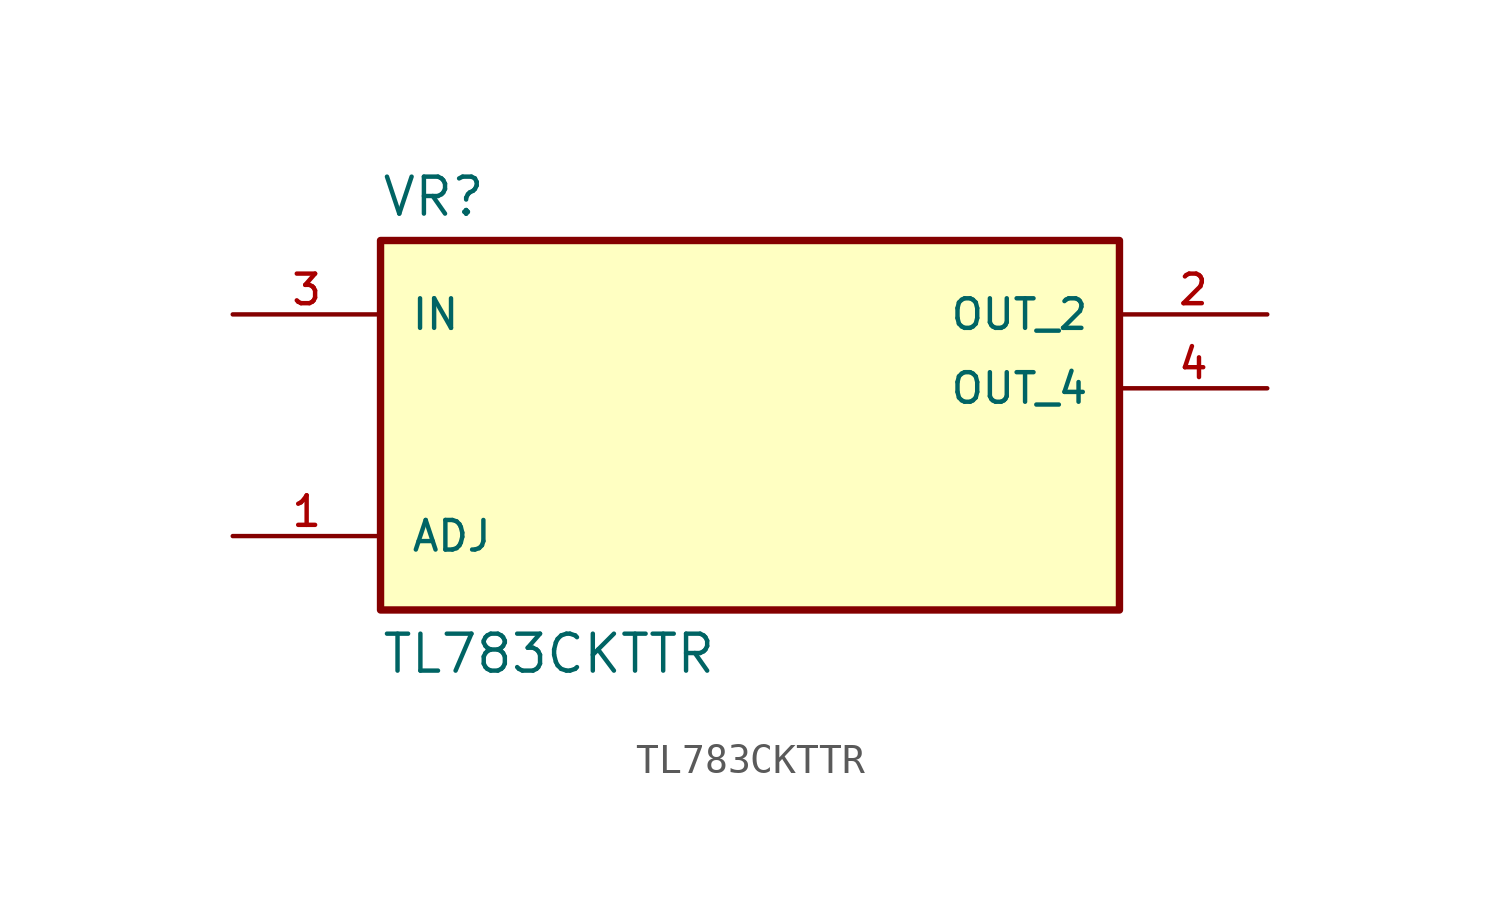
<source format=kicad_sym>
(kicad_symbol_lib
  (version 20211014)
  (generator kicad_symbol_editor)
  (symbol "TL783CKTTR"
    (pin_names
      (offset 1.016))
    (property "Reference" "VR"
      (at -12.7 5.842 0)
      (effects (font (size 1.27 1.27)) (justify bottom left)))
    (property "Value" "TL783CKTTR"
      (at -12.7 -8.382 0)
      (effects (font (size 1.27 1.27)) (justify top left)))
    (symbol "TL783CKTTR_0_0"
      (rectangle (start -12.7 -7.62) (end 12.7 5.08) (stroke (width 0.254)) (fill (type background)))
      (pin input line (at -17.78 2.54 0) (length 5.08) (name "IN" (effects (font (size 1.016 1.016)))) (number "3" (effects (font (size 1.016 1.016)))))
      (pin output line (at 17.78 2.54 180.0) (length 5.08) (name "OUT_2" (effects (font (size 1.016 1.016)))) (number "2" (effects (font (size 1.016 1.016)))))
      (pin bidirectional line (at -17.78 -5.08 0) (length 5.08) (name "ADJ" (effects (font (size 1.016 1.016)))) (number "1" (effects (font (size 1.016 1.016)))))
      (pin output line (at 17.78 0.0 180.0) (length 5.08) (name "OUT_4" (effects (font (size 1.016 1.016)))) (number "4" (effects (font (size 1.016 1.016))))))))
</source>
